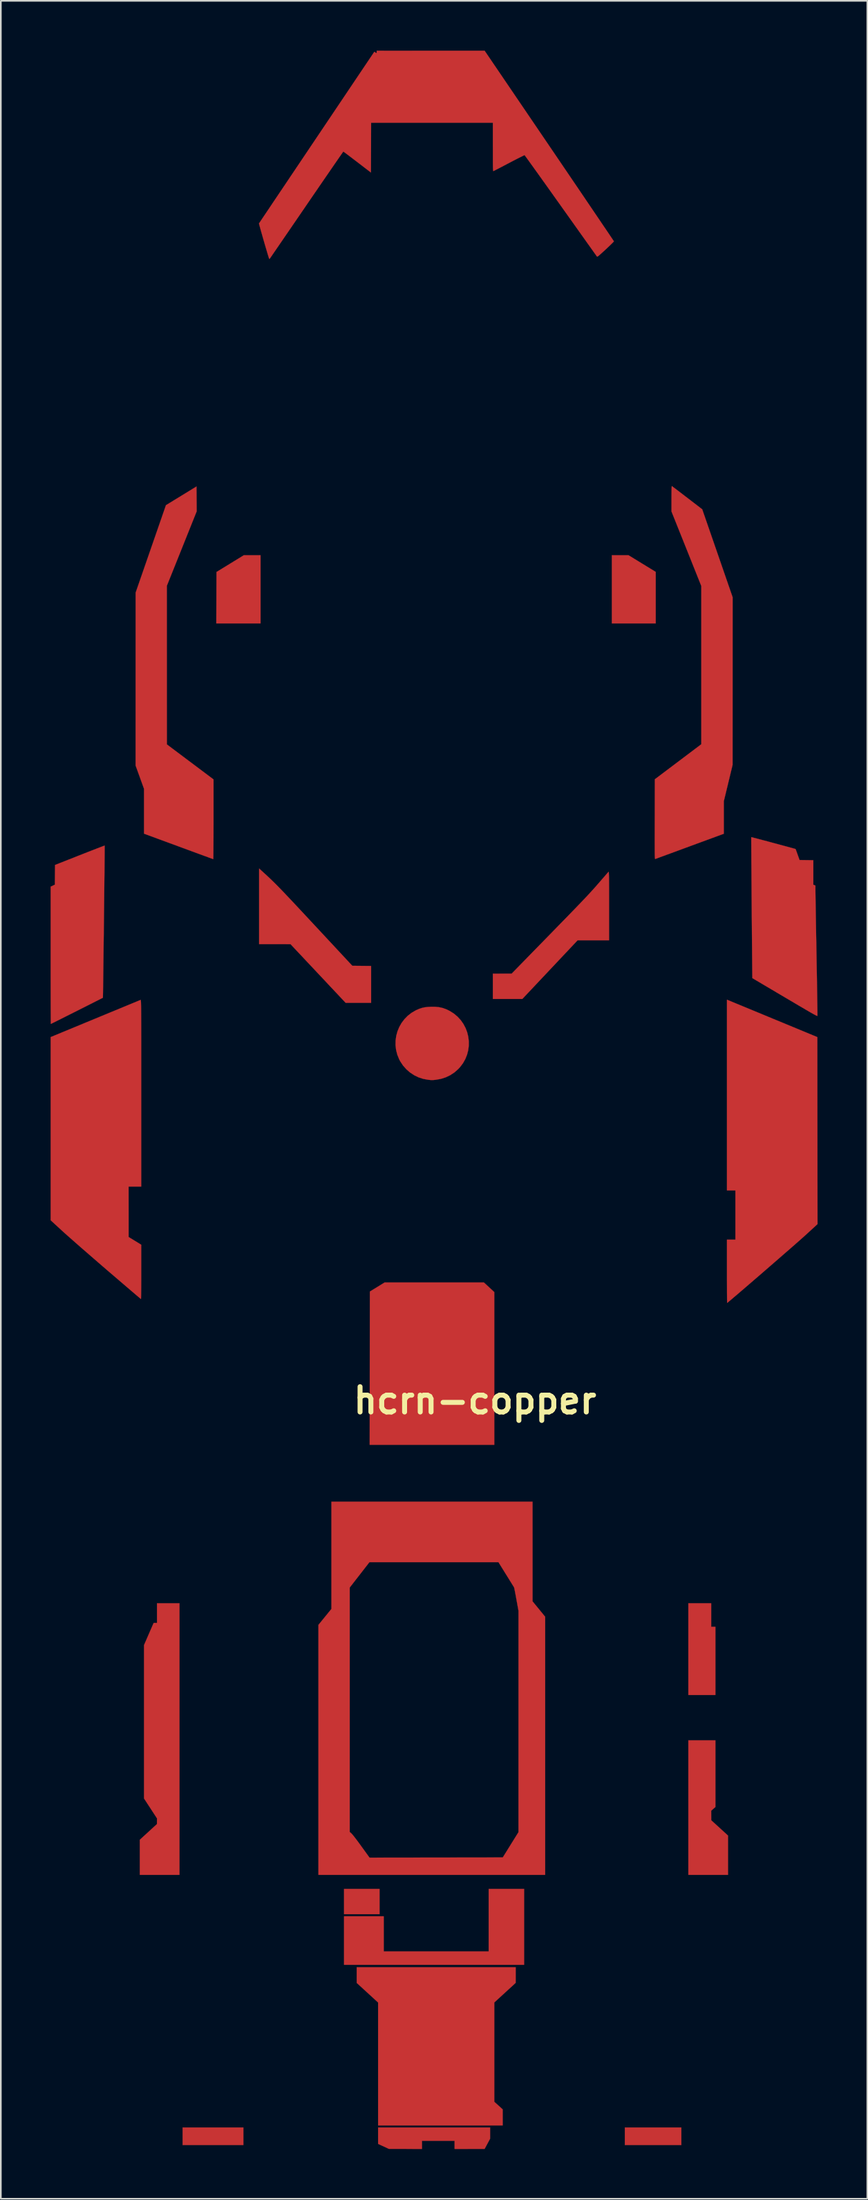
<source format=kicad_pcb>
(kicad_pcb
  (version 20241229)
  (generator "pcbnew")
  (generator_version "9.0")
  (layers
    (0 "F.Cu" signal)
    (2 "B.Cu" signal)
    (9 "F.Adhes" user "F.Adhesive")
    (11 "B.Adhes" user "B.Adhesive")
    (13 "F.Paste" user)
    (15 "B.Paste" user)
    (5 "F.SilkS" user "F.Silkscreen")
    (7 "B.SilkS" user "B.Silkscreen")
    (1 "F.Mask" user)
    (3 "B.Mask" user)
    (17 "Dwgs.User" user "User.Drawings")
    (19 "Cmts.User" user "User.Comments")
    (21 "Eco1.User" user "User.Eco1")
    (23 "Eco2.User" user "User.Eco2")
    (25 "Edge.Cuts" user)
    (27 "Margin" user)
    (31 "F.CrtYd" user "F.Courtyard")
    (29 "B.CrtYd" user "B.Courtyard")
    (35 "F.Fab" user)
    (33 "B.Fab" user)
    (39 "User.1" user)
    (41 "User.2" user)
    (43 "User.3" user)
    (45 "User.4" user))
  (footprint "hcrn-copper"
    (layer "F.Cu")
    (at 25.596 81.327)
    (property "Reference" "hcrn-copper" (at 0 0 0) (layer "F.SilkS") (effects (font (size 1.524 1.524) (thickness 0.3))))
    (attr through_hole)
    (fp_poly (pts (xy -13.97 44.852) (xy -17.632 44.852) (xy -17.632 43.794) (xy -13.97 43.794) (xy -13.97 44.852)) (stroke (width 0.01) (type solid)) (fill yes) (layer "F.Cu"))
    (fp_poly (pts (xy -5.757 30.946) (xy -7.895 30.946) (xy -7.895 29.422) (xy -5.757 29.422) (xy -5.757 30.946)) (stroke (width 0.01) (type solid)) (fill yes) (layer "F.Cu"))
    (fp_poly (pts (xy 12.446 44.852) (xy 9.038 44.852) (xy 9.038 43.794) (xy 12.446 43.794) (xy 12.446 44.852)) (stroke (width 0.01) (type solid)) (fill yes) (layer "F.Cu"))
    (fp_poly (pts (xy 14.245 13.631) (xy 14.499 13.631) (xy 14.499 17.738) (xy 12.869 17.738) (xy 12.869 12.213) (xy 14.245 12.213) (xy 14.245 13.631)) (stroke (width 0.01) (type solid)) (fill yes) (layer "F.Cu"))
    (fp_poly (pts (xy -12.933 -46.821) (xy -15.6 -46.821) (xy -15.595 -48.368) (xy -15.589 -49.916) (xy -13.938 -50.927) (xy -13.436 -50.927) (xy -12.933 -50.927) (xy -12.933 -46.821)) (stroke (width 0.01) (type solid)) (fill yes) (layer "F.Cu"))
    (fp_poly (pts (xy 10.079 -50.424) (xy 10.901 -49.922) (xy 10.901 -48.371) (xy 10.901 -46.821) (xy 8.255 -46.821) (xy 8.255 -50.927) (xy 9.257 -50.927) (xy 10.079 -50.424)) (stroke (width 0.01) (type solid)) (fill yes) (layer "F.Cu"))
    (fp_poly (pts (xy 2.963 33.994) (xy -7.895 33.994) (xy -7.895 31.073) (xy -5.503 31.073) (xy -5.503 33.189) (xy 0.826 33.189) (xy 0.826 29.422) (xy 2.963 29.422) (xy 2.963 33.994)) (stroke (width 0.01) (type solid)) (fill yes) (layer "F.Cu"))
    (fp_poly (pts (xy 14.499 24.487) (xy 14.245 24.711) (xy 14.247 25.284) (xy 14.754 25.747) (xy 15.261 26.21) (xy 15.261 28.575) (xy 12.869 28.575) (xy 12.869 20.468) (xy 14.499 20.468) (xy 14.499 24.487)) (stroke (width 0.01) (type solid)) (fill yes) (layer "F.Cu"))
    (fp_poly (pts (xy -2.455 -7.111) (xy 0.54 -7.111) (xy 0.852 -6.823) (xy 1.164 -6.535) (xy 1.164 2.667) (xy -6.35 2.667) (xy -6.345 -1.95) (xy -6.339 -6.567) (xy -5.895 -6.839) (xy -5.451 -7.112) (xy -2.455 -7.111)) (stroke (width 0.01) (type solid)) (fill yes) (layer "F.Cu"))
    (fp_poly (pts (xy 0.91 44.474) (xy 0.746 44.779) (xy 0.582 45.084) (xy -0.323 45.084) (xy -1.228 45.085) (xy -1.228 44.598) (xy -3.196 44.598) (xy -3.196 45.085) (xy -5.196 45.082) (xy -5.842 44.783) (xy -5.842 43.794) (xy 0.91 43.794) (xy 0.91 44.474)) (stroke (width 0.01) (type solid)) (fill yes) (layer "F.Cu"))
    (fp_poly (pts (xy -17.822 28.575) (xy -20.214 28.575) (xy -20.214 26.462) (xy -19.697 25.989) (xy -19.181 25.516) (xy -19.179 25.344) (xy -19.177 25.171) (xy -19.96 23.971) (xy -19.96 14.734) (xy -19.67 14.066) (xy -19.379 13.399) (xy -19.177 13.399) (xy -19.177 12.213) (xy -17.822 12.213) (xy -17.822 28.575)) (stroke (width 0.01) (type solid)) (fill yes) (layer "F.Cu"))
    (fp_poly (pts (xy 2.454 34.613) (xy 2.453 35.084) (xy 1.164 36.263) (xy 1.164 42.245) (xy 1.417 42.474) (xy 1.671 42.704) (xy 1.671 43.185) (xy 1.672 43.667) (xy -5.842 43.667) (xy -5.842 36.265) (xy -6.487 35.674) (xy -7.132 35.084) (xy -7.133 34.613) (xy -7.133 34.142) (xy 2.455 34.142) (xy 2.454 34.613)) (stroke (width 0.01) (type solid)) (fill yes) (layer "F.Cu"))
    (fp_poly (pts (xy -12.853 -31.902) (xy -12.739 -31.798) (xy -12.631 -31.7) (xy -12.527 -31.604) (xy -12.426 -31.51) (xy -12.326 -31.415) (xy -12.225 -31.317) (xy -12.121 -31.216) (xy -12.012 -31.108) (xy -11.897 -30.992) (xy -11.774 -30.866) (xy -11.64 -30.728) (xy -11.494 -30.576) (xy -11.335 -30.408) (xy -11.16 -30.223) (xy -10.967 -30.019) (xy -10.755 -29.793) (xy -10.522 -29.543) (xy -10.266 -29.269) (xy -9.985 -28.968) (xy -9.677 -28.637) (xy -9.638 -28.596) (xy -7.4 -26.194) (xy -6.265 -26.182) (xy -6.265 -23.961) (xy -7.033 -23.962) (xy -7.8 -23.962) (xy -9.461 -25.728) (xy -11.123 -27.494) (xy -12.07 -27.495) (xy -13.018 -27.495) (xy -13.018 -32.051) (xy -12.853 -31.902)) (stroke (width 0.01) (type solid)) (fill yes) (layer "F.Cu"))
    (fp_poly (pts (xy -16.79 -54.32) (xy -16.785 -53.571) (xy -17.684 -51.328) (xy -18.584 -49.085) (xy -18.583 -44.307) (xy -18.582 -39.529) (xy -15.769 -37.42) (xy -15.769 -35.019) (xy -15.769 -34.704) (xy -15.77 -34.401) (xy -15.77 -34.113) (xy -15.771 -33.842) (xy -15.772 -33.592) (xy -15.774 -33.364) (xy -15.775 -33.161) (xy -15.777 -32.987) (xy -15.778 -32.843) (xy -15.78 -32.733) (xy -15.782 -32.658) (xy -15.784 -32.622) (xy -15.785 -32.619) (xy -15.807 -32.627) (xy -15.865 -32.648) (xy -15.959 -32.682) (xy -16.084 -32.727) (xy -16.238 -32.784) (xy -16.419 -32.85) (xy -16.624 -32.925) (xy -16.85 -33.008) (xy -17.095 -33.098) (xy -17.356 -33.194) (xy -17.63 -33.295) (xy -17.88 -33.387) (xy -19.96 -34.152) (xy -19.96 -35.504) (xy -19.96 -36.856) (xy -20.468 -38.259) (xy -20.467 -43.466) (xy -20.465 -48.673) (xy -19.551 -51.307) (xy -18.637 -53.941) (xy -17.716 -54.504) (xy -16.796 -55.068) (xy -16.79 -54.32)) (stroke (width 0.01) (type solid)) (fill yes) (layer "F.Cu"))
    (fp_poly (pts (xy 3.472 9.096) (xy 3.472 12.097) (xy 3.853 12.562) (xy 4.233 13.026) (xy 4.233 28.575) (xy -9.44 28.575) (xy -9.44 13.515) (xy -9.049 13.035) (xy -8.657 12.554) (xy -8.657 11.268) (xy -7.556 11.268) (xy -7.556 25.99) (xy -7.454 26.078) (xy -7.415 26.119) (xy -7.354 26.191) (xy -7.274 26.292) (xy -7.177 26.418) (xy -7.065 26.567) (xy -6.942 26.734) (xy -6.856 26.852) (xy -6.361 27.537) (xy -2.343 27.532) (xy 1.676 27.527) (xy 2.624 26.003) (xy 2.625 12.668) (xy 2.499 11.975) (xy 2.469 11.809) (xy 2.44 11.655) (xy 2.414 11.519) (xy 2.392 11.406) (xy 2.374 11.321) (xy 2.362 11.269) (xy 2.358 11.256) (xy 2.344 11.232) (xy 2.31 11.177) (xy 2.258 11.094) (xy 2.192 10.986) (xy 2.112 10.858) (xy 2.023 10.714) (xy 1.926 10.557) (xy 1.879 10.483) (xy 1.416 9.737) (xy -6.365 9.737) (xy -7.556 11.268) (xy -8.657 11.268) (xy -8.657 6.096) (xy 3.471 6.096) (xy 3.472 9.096)) (stroke (width 0.01) (type solid)) (fill yes) (layer "F.Cu"))
    (fp_poly (pts (xy 8.065 -31.845) (xy 8.069 -31.82) (xy 8.073 -31.779) (xy 8.075 -31.72) (xy 8.078 -31.641) (xy 8.08 -31.538) (xy 8.082 -31.411) (xy 8.083 -31.256) (xy 8.084 -31.071) (xy 8.085 -30.854) (xy 8.085 -30.603) (xy 8.086 -30.315) (xy 8.086 -29.989) (xy 8.086 -29.807) (xy 8.086 -27.728) (xy 6.189 -27.728) (xy 4.522 -25.961) (xy 2.855 -24.194) (xy 1.079 -24.194) (xy 1.079 -25.718) (xy 1.646 -25.719) (xy 2.212 -25.72) (xy 4.523 -28.084) (xy 4.841 -28.41) (xy 5.131 -28.707) (xy 5.395 -28.977) (xy 5.635 -29.223) (xy 5.852 -29.447) (xy 6.048 -29.649) (xy 6.225 -29.833) (xy 6.385 -29.999) (xy 6.529 -30.15) (xy 6.66 -30.288) (xy 6.779 -30.414) (xy 6.887 -30.53) (xy 6.988 -30.639) (xy 7.081 -30.742) (xy 7.17 -30.84) (xy 7.255 -30.936) (xy 7.34 -31.032) (xy 7.425 -31.13) (xy 7.43 -31.136) (xy 7.557 -31.282) (xy 7.676 -31.42) (xy 7.784 -31.544) (xy 7.879 -31.652) (xy 7.956 -31.741) (xy 8.013 -31.807) (xy 8.048 -31.846) (xy 8.056 -31.855) (xy 8.061 -31.856) (xy 8.065 -31.845)) (stroke (width 0.01) (type solid)) (fill yes) (layer "F.Cu"))
    (fp_poly (pts (xy -2.406 -23.721) (xy -2.173 -23.699) (xy -1.957 -23.652) (xy -1.749 -23.579) (xy -1.537 -23.478) (xy -1.53 -23.474) (xy -1.277 -23.315) (xy -1.054 -23.129) (xy -0.861 -22.92) (xy -0.7 -22.691) (xy -0.569 -22.446) (xy -0.471 -22.188) (xy -0.406 -21.921) (xy -0.373 -21.648) (xy -0.374 -21.373) (xy -0.41 -21.099) (xy -0.48 -20.83) (xy -0.585 -20.569) (xy -0.726 -20.32) (xy -0.903 -20.086) (xy -1.006 -19.975) (xy -1.237 -19.771) (xy -1.49 -19.604) (xy -1.764 -19.473) (xy -2.054 -19.38) (xy -2.357 -19.327) (xy -2.464 -19.315) (xy -2.547 -19.309) (xy -2.618 -19.308) (xy -2.696 -19.313) (xy -2.793 -19.323) (xy -2.836 -19.328) (xy -3.129 -19.382) (xy -3.41 -19.475) (xy -3.675 -19.605) (xy -3.921 -19.768) (xy -4.143 -19.962) (xy -4.339 -20.185) (xy -4.505 -20.434) (xy -4.573 -20.563) (xy -4.685 -20.84) (xy -4.757 -21.122) (xy -4.791 -21.408) (xy -4.787 -21.692) (xy -4.747 -21.973) (xy -4.673 -22.245) (xy -4.565 -22.505) (xy -4.425 -22.751) (xy -4.253 -22.977) (xy -4.053 -23.182) (xy -3.823 -23.36) (xy -3.567 -23.509) (xy -3.531 -23.526) (xy -3.359 -23.6) (xy -3.197 -23.654) (xy -3.03 -23.69) (xy -2.846 -23.712) (xy -2.665 -23.722) (xy -2.406 -23.721)) (stroke (width 0.01) (type solid)) (fill yes) (layer "F.Cu"))
    (fp_poly (pts (xy 15.489 -24.028) (xy 15.545 -24.005) (xy 15.638 -23.966) (xy 15.765 -23.914) (xy 15.923 -23.849) (xy 16.108 -23.772) (xy 16.32 -23.685) (xy 16.554 -23.588) (xy 16.807 -23.483) (xy 17.079 -23.371) (xy 17.364 -23.253) (xy 17.662 -23.13) (xy 17.968 -23.003) (xy 18.214 -22.902) (xy 20.648 -21.895) (xy 20.653 -16.263) (xy 20.659 -10.631) (xy 19.965 -9.996) (xy 19.889 -9.927) (xy 19.788 -9.836) (xy 19.663 -9.725) (xy 19.516 -9.596) (xy 19.351 -9.451) (xy 19.169 -9.291) (xy 18.972 -9.119) (xy 18.762 -8.937) (xy 18.541 -8.745) (xy 18.313 -8.546) (xy 18.078 -8.342) (xy 17.839 -8.135) (xy 17.598 -7.927) (xy 17.357 -7.718) (xy 17.119 -7.512) (xy 16.885 -7.311) (xy 16.658 -7.115) (xy 16.439 -6.927) (xy 16.232 -6.748) (xy 16.037 -6.582) (xy 15.858 -6.428) (xy 15.696 -6.29) (xy 15.553 -6.169) (xy 15.433 -6.067) (xy 15.336 -5.986) (xy 15.265 -5.927) (xy 15.222 -5.893) (xy 15.209 -5.884) (xy 15.207 -5.905) (xy 15.206 -5.965) (xy 15.204 -6.061) (xy 15.203 -6.191) (xy 15.202 -6.351) (xy 15.2 -6.539) (xy 15.2 -6.751) (xy 15.199 -6.984) (xy 15.198 -7.236) (xy 15.198 -7.503) (xy 15.198 -7.783) (xy 15.198 -9.694) (xy 15.706 -9.694) (xy 15.706 -12.658) (xy 15.198 -12.658) (xy 15.198 -24.149) (xy 15.489 -24.028)) (stroke (width 0.01) (type solid)) (fill yes) (layer "F.Cu"))
    (fp_poly (pts (xy 11.871 -55.093) (xy 11.891 -55.079) (xy 11.941 -55.042) (xy 12.018 -54.984) (xy 12.12 -54.907) (xy 12.243 -54.814) (xy 12.383 -54.707) (xy 12.538 -54.588) (xy 12.705 -54.46) (xy 12.797 -54.39) (xy 13.705 -53.693) (xy 14.622 -51.046) (xy 15.538 -48.398) (xy 15.537 -43.346) (xy 15.536 -38.295) (xy 15.272 -37.201) (xy 15.007 -36.107) (xy 15.007 -34.146) (xy 14.949 -34.126) (xy 14.921 -34.115) (xy 14.857 -34.092) (xy 14.76 -34.056) (xy 14.633 -34.01) (xy 14.48 -33.954) (xy 14.303 -33.889) (xy 14.106 -33.816) (xy 13.893 -33.738) (xy 13.666 -33.655) (xy 13.429 -33.568) (xy 13.186 -33.478) (xy 12.938 -33.387) (xy 12.69 -33.296) (xy 12.446 -33.206) (xy 12.207 -33.118) (xy 11.978 -33.034) (xy 11.761 -32.954) (xy 11.561 -32.881) (xy 11.38 -32.814) (xy 11.221 -32.756) (xy 11.088 -32.707) (xy 10.984 -32.668) (xy 10.913 -32.642) (xy 10.877 -32.629) (xy 10.874 -32.628) (xy 10.869 -32.627) (xy 10.863 -32.631) (xy 10.859 -32.642) (xy 10.855 -32.663) (xy 10.852 -32.696) (xy 10.849 -32.742) (xy 10.846 -32.804) (xy 10.844 -32.885) (xy 10.843 -32.987) (xy 10.842 -33.112) (xy 10.841 -33.261) (xy 10.841 -33.439) (xy 10.84 -33.646) (xy 10.84 -33.885) (xy 10.841 -34.159) (xy 10.841 -34.469) (xy 10.842 -34.818) (xy 10.843 -35.021) (xy 10.848 -37.429) (xy 12.25 -38.485) (xy 13.652 -39.541) (xy 13.652 -49.07) (xy 12.753 -51.316) (xy 11.853 -53.562) (xy 11.853 -54.331) (xy 11.854 -54.507) (xy 11.855 -54.668) (xy 11.857 -54.809) (xy 11.86 -54.928) (xy 11.863 -55.017) (xy 11.867 -55.074) (xy 11.871 -55.093) (xy 11.871 -55.093)) (stroke (width 0.01) (type solid)) (fill yes) (layer "F.Cu"))
    (fp_poly (pts (xy -20.161 -24.133) (xy -20.157 -24.127) (xy -20.154 -24.114) (xy -20.151 -24.094) (xy -20.149 -24.066) (xy -20.146 -24.027) (xy -20.144 -23.976) (xy -20.142 -23.912) (xy -20.14 -23.833) (xy -20.138 -23.738) (xy -20.137 -23.625) (xy -20.136 -23.493) (xy -20.135 -23.34) (xy -20.134 -23.165) (xy -20.133 -22.966) (xy -20.132 -22.741) (xy -20.131 -22.49) (xy -20.131 -22.211) (xy -20.13 -21.902) (xy -20.13 -21.562) (xy -20.13 -21.189) (xy -20.13 -20.782) (xy -20.13 -20.339) (xy -20.13 -19.859) (xy -20.13 -19.34) (xy -20.13 -18.781) (xy -20.13 -18.52) (xy -20.13 -12.89) (xy -20.892 -12.89) (xy -20.891 -11.372) (xy -20.891 -9.853) (xy -20.51 -9.62) (xy -20.13 -9.387) (xy -20.13 -7.752) (xy -20.13 -7.493) (xy -20.13 -7.247) (xy -20.131 -7.017) (xy -20.132 -6.806) (xy -20.134 -6.617) (xy -20.136 -6.453) (xy -20.138 -6.319) (xy -20.14 -6.216) (xy -20.142 -6.149) (xy -20.145 -6.12) (xy -20.145 -6.119) (xy -20.163 -6.133) (xy -20.211 -6.172) (xy -20.287 -6.236) (xy -20.39 -6.323) (xy -20.516 -6.43) (xy -20.666 -6.557) (xy -20.835 -6.702) (xy -21.024 -6.863) (xy -21.228 -7.038) (xy -21.448 -7.226) (xy -21.68 -7.425) (xy -21.924 -7.633) (xy -22.176 -7.849) (xy -22.183 -7.855) (xy -22.451 -8.086) (xy -22.72 -8.318) (xy -22.988 -8.55) (xy -23.251 -8.778) (xy -23.507 -9) (xy -23.753 -9.214) (xy -23.985 -9.417) (xy -24.201 -9.607) (xy -24.398 -9.781) (xy -24.574 -9.936) (xy -24.724 -10.069) (xy -24.846 -10.18) (xy -24.897 -10.226) (xy -25.59 -10.862) (xy -25.59 -16.38) (xy -25.589 -21.897) (xy -22.899 -23.008) (xy -22.577 -23.141) (xy -22.265 -23.27) (xy -21.967 -23.393) (xy -21.683 -23.51) (xy -21.416 -23.62) (xy -21.169 -23.722) (xy -20.944 -23.815) (xy -20.743 -23.898) (xy -20.568 -23.97) (xy -20.422 -24.03) (xy -20.307 -24.078) (xy -20.225 -24.112) (xy -20.179 -24.131) (xy -20.169 -24.135) (xy -20.165 -24.135) (xy -20.161 -24.133)) (stroke (width 0.01) (type solid)) (fill yes) (layer "F.Cu"))
    (fp_poly (pts (xy -22.334 -33.433) (xy -22.334 -33.411) (xy -22.334 -33.349) (xy -22.334 -33.25) (xy -22.335 -33.116) (xy -22.336 -32.948) (xy -22.338 -32.751) (xy -22.34 -32.524) (xy -22.343 -32.272) (xy -22.345 -31.997) (xy -22.348 -31.7) (xy -22.352 -31.385) (xy -22.355 -31.053) (xy -22.359 -30.707) (xy -22.363 -30.349) (xy -22.367 -29.982) (xy -22.371 -29.608) (xy -22.376 -29.229) (xy -22.38 -28.848) (xy -22.385 -28.467) (xy -22.389 -28.088) (xy -22.394 -27.714) (xy -22.398 -27.347) (xy -22.402 -26.989) (xy -22.407 -26.644) (xy -22.411 -26.312) (xy -22.415 -25.997) (xy -22.419 -25.7) (xy -22.422 -25.425) (xy -22.426 -25.173) (xy -22.429 -24.948) (xy -22.432 -24.75) (xy -22.434 -24.583) (xy -22.437 -24.449) (xy -22.439 -24.35) (xy -22.44 -24.289) (xy -22.441 -24.268) (xy -22.462 -24.257) (xy -22.517 -24.229) (xy -22.603 -24.185) (xy -22.717 -24.127) (xy -22.855 -24.058) (xy -23.013 -23.978) (xy -23.189 -23.889) (xy -23.378 -23.794) (xy -23.578 -23.693) (xy -23.785 -23.589) (xy -23.995 -23.483) (xy -24.206 -23.377) (xy -24.414 -23.273) (xy -24.615 -23.172) (xy -24.806 -23.076) (xy -24.983 -22.987) (xy -25.144 -22.907) (xy -25.285 -22.836) (xy -25.402 -22.778) (xy -25.492 -22.733) (xy -25.552 -22.703) (xy -25.578 -22.691) (xy -25.579 -22.691) (xy -25.58 -22.711) (xy -25.581 -22.773) (xy -25.582 -22.872) (xy -25.583 -23.008) (xy -25.584 -23.178) (xy -25.585 -23.38) (xy -25.586 -23.612) (xy -25.587 -23.872) (xy -25.588 -24.159) (xy -25.588 -24.469) (xy -25.589 -24.802) (xy -25.589 -25.155) (xy -25.59 -25.525) (xy -25.59 -25.912) (xy -25.59 -26.313) (xy -25.59 -26.725) (xy -25.59 -26.825) (xy -25.59 -30.959) (xy -25.337 -31.08) (xy -25.332 -31.673) (xy -25.326 -32.266) (xy -23.835 -32.854) (xy -23.596 -32.948) (xy -23.369 -33.037) (xy -23.156 -33.12) (xy -22.961 -33.196) (xy -22.787 -33.263) (xy -22.637 -33.321) (xy -22.514 -33.368) (xy -22.42 -33.403) (xy -22.359 -33.425) (xy -22.335 -33.433) (xy -22.334 -33.433)) (stroke (width 0.01) (type solid)) (fill yes) (layer "F.Cu"))
    (fp_poly (pts (xy 16.684 -33.938) (xy 16.741 -33.924) (xy 16.832 -33.9) (xy 16.95 -33.87) (xy 17.093 -33.832) (xy 17.256 -33.789) (xy 17.435 -33.741) (xy 17.626 -33.691) (xy 17.825 -33.638) (xy 18.027 -33.583) (xy 18.228 -33.529) (xy 18.425 -33.476) (xy 18.613 -33.425) (xy 18.789 -33.378) (xy 18.947 -33.335) (xy 19.084 -33.298) (xy 19.195 -33.267) (xy 19.277 -33.244) (xy 19.325 -33.23) (xy 19.337 -33.225) (xy 19.344 -33.205) (xy 19.364 -33.152) (xy 19.393 -33.072) (xy 19.429 -32.972) (xy 19.457 -32.893) (xy 19.575 -32.565) (xy 20.405 -32.553) (xy 20.405 -31.078) (xy 20.468 -31.052) (xy 20.532 -31.025) (xy 20.532 -30.768) (xy 20.532 -30.72) (xy 20.533 -30.631) (xy 20.535 -30.505) (xy 20.537 -30.343) (xy 20.54 -30.149) (xy 20.544 -29.924) (xy 20.548 -29.671) (xy 20.553 -29.392) (xy 20.558 -29.09) (xy 20.563 -28.767) (xy 20.569 -28.425) (xy 20.575 -28.067) (xy 20.582 -27.695) (xy 20.588 -27.311) (xy 20.595 -26.919) (xy 20.596 -26.871) (xy 20.603 -26.481) (xy 20.609 -26.102) (xy 20.616 -25.737) (xy 20.622 -25.387) (xy 20.627 -25.054) (xy 20.632 -24.742) (xy 20.637 -24.451) (xy 20.641 -24.185) (xy 20.645 -23.945) (xy 20.648 -23.734) (xy 20.651 -23.554) (xy 20.653 -23.406) (xy 20.654 -23.295) (xy 20.654 -23.22) (xy 20.654 -23.185) (xy 20.654 -23.183) (xy 20.651 -23.177) (xy 20.641 -23.176) (xy 20.622 -23.18) (xy 20.593 -23.192) (xy 20.551 -23.212) (xy 20.495 -23.241) (xy 20.423 -23.28) (xy 20.332 -23.331) (xy 20.221 -23.394) (xy 20.087 -23.471) (xy 19.929 -23.563) (xy 19.745 -23.671) (xy 19.532 -23.795) (xy 19.289 -23.939) (xy 19.014 -24.101) (xy 18.704 -24.284) (xy 18.69 -24.292) (xy 18.426 -24.448) (xy 18.173 -24.597) (xy 17.932 -24.74) (xy 17.707 -24.873) (xy 17.498 -24.996) (xy 17.31 -25.107) (xy 17.144 -25.205) (xy 17.003 -25.289) (xy 16.888 -25.356) (xy 16.803 -25.407) (xy 16.749 -25.439) (xy 16.73 -25.45) (xy 16.73 -25.45) (xy 16.729 -25.472) (xy 16.728 -25.533) (xy 16.726 -25.632) (xy 16.725 -25.765) (xy 16.723 -25.932) (xy 16.721 -26.128) (xy 16.719 -26.352) (xy 16.717 -26.601) (xy 16.714 -26.873) (xy 16.712 -27.166) (xy 16.709 -27.476) (xy 16.706 -27.802) (xy 16.703 -28.14) (xy 16.701 -28.49) (xy 16.698 -28.847) (xy 16.695 -29.21) (xy 16.692 -29.577) (xy 16.689 -29.944) (xy 16.686 -30.309) (xy 16.683 -30.671) (xy 16.681 -31.026) (xy 16.678 -31.371) (xy 16.676 -31.706) (xy 16.674 -32.027) (xy 16.671 -32.331) (xy 16.669 -32.616) (xy 16.668 -32.881) (xy 16.666 -33.122) (xy 16.665 -33.336) (xy 16.664 -33.522) (xy 16.663 -33.678) (xy 16.663 -33.799) (xy 16.663 -33.885) (xy 16.663 -33.933) (xy 16.663 -33.942) (xy 16.684 -33.938)) (stroke (width 0.01) (type solid)) (fill yes) (layer "F.Cu"))
    (fp_poly (pts (xy -2.672 -81.321) (xy 0.582 -81.32) (xy 4.477 -75.592) (xy 4.78 -75.147) (xy 5.077 -74.71) (xy 5.367 -74.283) (xy 5.649 -73.868) (xy 5.922 -73.466) (xy 6.186 -73.078) (xy 6.439 -72.705) (xy 6.68 -72.349) (xy 6.909 -72.011) (xy 7.125 -71.693) (xy 7.327 -71.395) (xy 7.514 -71.119) (xy 7.685 -70.866) (xy 7.84 -70.638) (xy 7.977 -70.436) (xy 8.095 -70.261) (xy 8.194 -70.114) (xy 8.272 -69.997) (xy 8.33 -69.912) (xy 8.365 -69.858) (xy 8.378 -69.839) (xy 8.378 -69.839) (xy 8.364 -69.819) (xy 8.323 -69.774) (xy 8.258 -69.708) (xy 8.172 -69.624) (xy 8.07 -69.526) (xy 7.954 -69.417) (xy 7.883 -69.351) (xy 7.745 -69.224) (xy 7.634 -69.123) (xy 7.548 -69.046) (xy 7.483 -68.989) (xy 7.435 -68.951) (xy 7.402 -68.928) (xy 7.379 -68.918) (xy 7.365 -68.919) (xy 7.354 -68.927) (xy 7.351 -68.931) (xy 7.336 -68.952) (xy 7.297 -69.006) (xy 7.237 -69.091) (xy 7.155 -69.205) (xy 7.055 -69.347) (xy 6.936 -69.514) (xy 6.799 -69.705) (xy 6.648 -69.918) (xy 6.482 -70.151) (xy 6.302 -70.403) (xy 6.111 -70.672) (xy 5.909 -70.956) (xy 5.698 -71.252) (xy 5.478 -71.561) (xy 5.252 -71.878) (xy 5.169 -71.996) (xy 4.94 -72.316) (xy 4.719 -72.627) (xy 4.505 -72.927) (xy 4.3 -73.215) (xy 4.105 -73.487) (xy 3.921 -73.744) (xy 3.751 -73.982) (xy 3.594 -74.2) (xy 3.453 -74.397) (xy 3.328 -74.57) (xy 3.221 -74.719) (xy 3.133 -74.84) (xy 3.065 -74.933) (xy 3.019 -74.996) (xy 2.995 -75.026) (xy 2.992 -75.029) (xy 2.969 -75.022) (xy 2.913 -74.996) (xy 2.826 -74.954) (xy 2.713 -74.898) (xy 2.578 -74.83) (xy 2.424 -74.751) (xy 2.254 -74.663) (xy 2.074 -74.569) (xy 2.061 -74.562) (xy 1.879 -74.467) (xy 1.708 -74.377) (xy 1.551 -74.295) (xy 1.412 -74.223) (xy 1.296 -74.163) (xy 1.205 -74.116) (xy 1.144 -74.085) (xy 1.117 -74.072) (xy 1.117 -74.072) (xy 1.109 -74.071) (xy 1.103 -74.076) (xy 1.098 -74.089) (xy 1.093 -74.114) (xy 1.09 -74.154) (xy 1.087 -74.211) (xy 1.084 -74.289) (xy 1.083 -74.39) (xy 1.081 -74.516) (xy 1.08 -74.672) (xy 1.08 -74.86) (xy 1.08 -75.082) (xy 1.08 -75.342) (xy 1.079 -75.52) (xy 1.079 -76.983) (xy -6.265 -76.983) (xy -6.27 -75.484) (xy -6.276 -73.985) (xy -7.1 -74.616) (xy -7.264 -74.741) (xy -7.417 -74.858) (xy -7.557 -74.964) (xy -7.68 -75.057) (xy -7.783 -75.134) (xy -7.862 -75.193) (xy -7.915 -75.232) (xy -7.939 -75.247) (xy -7.939 -75.248) (xy -7.953 -75.23) (xy -7.989 -75.18) (xy -8.046 -75.098) (xy -8.124 -74.986) (xy -8.221 -74.847) (xy -8.336 -74.68) (xy -8.468 -74.49) (xy -8.615 -74.276) (xy -8.777 -74.041) (xy -8.952 -73.787) (xy -9.139 -73.515) (xy -9.337 -73.227) (xy -9.544 -72.925) (xy -9.76 -72.611) (xy -9.983 -72.285) (xy -10.161 -72.025) (xy -10.389 -71.692) (xy -10.611 -71.368) (xy -10.825 -71.055) (xy -11.031 -70.755) (xy -11.226 -70.47) (xy -11.411 -70.201) (xy -11.583 -69.949) (xy -11.742 -69.718) (xy -11.886 -69.508) (xy -12.015 -69.321) (xy -12.126 -69.159) (xy -12.219 -69.023) (xy -12.292 -68.916) (xy -12.345 -68.84) (xy -12.377 -68.795) (xy -12.385 -68.783) (xy -12.405 -68.78) (xy -12.413 -68.793) (xy -12.431 -68.845) (xy -12.457 -68.929) (xy -12.492 -69.04) (xy -12.532 -69.175) (xy -12.577 -69.328) (xy -12.626 -69.494) (xy -12.678 -69.67) (xy -12.73 -69.851) (xy -12.782 -70.031) (xy -12.832 -70.207) (xy -12.879 -70.373) (xy -12.922 -70.525) (xy -12.959 -70.659) (xy -12.989 -70.769) (xy -13.011 -70.852) (xy -13.023 -70.902) (xy -13.025 -70.915) (xy -13.012 -70.935) (xy -12.976 -70.988) (xy -12.919 -71.073) (xy -12.841 -71.19) (xy -12.743 -71.336) (xy -12.626 -71.51) (xy -12.49 -71.711) (xy -12.338 -71.938) (xy -12.17 -72.189) (xy -11.986 -72.462) (xy -11.788 -72.757) (xy -11.576 -73.071) (xy -11.352 -73.404) (xy -11.117 -73.755) (xy -10.87 -74.121) (xy -10.614 -74.502) (xy -10.35 -74.895) (xy -10.077 -75.3) (xy -9.798 -75.716) (xy -9.54 -76.099) (xy -6.07 -81.258) (xy -6.011 -81.216) (xy -5.961 -81.184) (xy -5.936 -81.181) (xy -5.928 -81.21) (xy -5.927 -81.248) (xy -5.927 -81.322) (xy -2.672 -81.321)) (stroke (width 0.01) (type solid)) (fill yes) (layer "F.Cu"))
    (fp_poly (pts (xy -13.97 44.852) (xy -17.632 44.852) (xy -17.632 43.794) (xy -13.97 43.794) (xy -13.97 44.852)) (stroke (width 0.01) (type solid)) (fill yes) (layer "F.Mask"))
    (fp_poly (pts (xy -5.757 30.946) (xy -7.895 30.946) (xy -7.895 29.422) (xy -5.757 29.422) (xy -5.757 30.946)) (stroke (width 0.01) (type solid)) (fill yes) (layer "F.Mask"))
    (fp_poly (pts (xy 12.446 44.852) (xy 9.038 44.852) (xy 9.038 43.794) (xy 12.446 43.794) (xy 12.446 44.852)) (stroke (width 0.01) (type solid)) (fill yes) (layer "F.Mask"))
    (fp_poly (pts (xy 14.245 13.631) (xy 14.499 13.631) (xy 14.499 17.738) (xy 12.869 17.738) (xy 12.869 12.213) (xy 14.245 12.213) (xy 14.245 13.631)) (stroke (width 0.01) (type solid)) (fill yes) (layer "F.Mask"))
    (fp_poly (pts (xy -12.933 -46.821) (xy -15.6 -46.821) (xy -15.595 -48.368) (xy -15.589 -49.916) (xy -13.938 -50.927) (xy -13.436 -50.927) (xy -12.933 -50.927) (xy -12.933 -46.821)) (stroke (width 0.01) (type solid)) (fill yes) (layer "F.Mask"))
    (fp_poly (pts (xy 10.079 -50.424) (xy 10.901 -49.922) (xy 10.901 -48.371) (xy 10.901 -46.821) (xy 8.255 -46.821) (xy 8.255 -50.927) (xy 9.257 -50.927) (xy 10.079 -50.424)) (stroke (width 0.01) (type solid)) (fill yes) (layer "F.Mask"))
    (fp_poly (pts (xy 2.963 33.994) (xy -7.895 33.994) (xy -7.895 31.073) (xy -5.503 31.073) (xy -5.503 33.189) (xy 0.826 33.189) (xy 0.826 29.422) (xy 2.963 29.422) (xy 2.963 33.994)) (stroke (width 0.01) (type solid)) (fill yes) (layer "F.Mask"))
    (fp_poly (pts (xy 14.499 24.487) (xy 14.245 24.711) (xy 14.247 25.284) (xy 14.754 25.747) (xy 15.261 26.21) (xy 15.261 28.575) (xy 12.869 28.575) (xy 12.869 20.468) (xy 14.499 20.468) (xy 14.499 24.487)) (stroke (width 0.01) (type solid)) (fill yes) (layer "F.Mask"))
    (fp_poly (pts (xy -2.455 -7.111) (xy 0.54 -7.111) (xy 0.852 -6.823) (xy 1.164 -6.535) (xy 1.164 2.667) (xy -6.35 2.667) (xy -6.345 -1.95) (xy -6.339 -6.567) (xy -5.895 -6.839) (xy -5.451 -7.112) (xy -2.455 -7.111)) (stroke (width 0.01) (type solid)) (fill yes) (layer "F.Mask"))
    (fp_poly (pts (xy 0.91 44.474) (xy 0.746 44.779) (xy 0.582 45.084) (xy -0.323 45.084) (xy -1.228 45.085) (xy -1.228 44.598) (xy -3.196 44.598) (xy -3.196 45.085) (xy -5.196 45.082) (xy -5.842 44.783) (xy -5.842 43.794) (xy 0.91 43.794) (xy 0.91 44.474)) (stroke (width 0.01) (type solid)) (fill yes) (layer "F.Mask"))
    (fp_poly (pts (xy -17.822 28.575) (xy -20.214 28.575) (xy -20.214 26.462) (xy -19.697 25.989) (xy -19.181 25.516) (xy -19.179 25.344) (xy -19.177 25.171) (xy -19.96 23.971) (xy -19.96 14.734) (xy -19.67 14.066) (xy -19.379 13.399) (xy -19.177 13.399) (xy -19.177 12.213) (xy -17.822 12.213) (xy -17.822 28.575)) (stroke (width 0.01) (type solid)) (fill yes) (layer "F.Mask"))
    (fp_poly (pts (xy 2.454 34.613) (xy 2.453 35.084) (xy 1.164 36.263) (xy 1.164 42.245) (xy 1.417 42.474) (xy 1.671 42.704) (xy 1.671 43.185) (xy 1.672 43.667) (xy -5.842 43.667) (xy -5.842 36.265) (xy -6.487 35.674) (xy -7.132 35.084) (xy -7.133 34.613) (xy -7.133 34.142) (xy 2.455 34.142) (xy 2.454 34.613)) (stroke (width 0.01) (type solid)) (fill yes) (layer "F.Mask"))
    (fp_poly (pts (xy -12.853 -31.902) (xy -12.739 -31.798) (xy -12.631 -31.7) (xy -12.527 -31.604) (xy -12.426 -31.51) (xy -12.326 -31.415) (xy -12.225 -31.317) (xy -12.121 -31.216) (xy -12.012 -31.108) (xy -11.897 -30.992) (xy -11.774 -30.866) (xy -11.64 -30.728) (xy -11.494 -30.576) (xy -11.335 -30.408) (xy -11.16 -30.223) (xy -10.967 -30.019) (xy -10.755 -29.793) (xy -10.522 -29.543) (xy -10.266 -29.269) (xy -9.985 -28.968) (xy -9.677 -28.637) (xy -9.638 -28.596) (xy -7.4 -26.194) (xy -6.265 -26.182) (xy -6.265 -23.961) (xy -7.033 -23.962) (xy -7.8 -23.962) (xy -9.461 -25.728) (xy -11.123 -27.494) (xy -12.07 -27.495) (xy -13.018 -27.495) (xy -13.018 -32.051) (xy -12.853 -31.902)) (stroke (width 0.01) (type solid)) (fill yes) (layer "F.Mask"))
    (fp_poly (pts (xy -16.79 -54.32) (xy -16.785 -53.571) (xy -17.684 -51.328) (xy -18.584 -49.085) (xy -18.583 -44.307) (xy -18.582 -39.529) (xy -15.769 -37.42) (xy -15.769 -35.019) (xy -15.769 -34.704) (xy -15.77 -34.401) (xy -15.77 -34.113) (xy -15.771 -33.842) (xy -15.772 -33.592) (xy -15.774 -33.364) (xy -15.775 -33.161) (xy -15.777 -32.987) (xy -15.778 -32.843) (xy -15.78 -32.733) (xy -15.782 -32.658) (xy -15.784 -32.622) (xy -15.785 -32.619) (xy -15.807 -32.627) (xy -15.865 -32.648) (xy -15.959 -32.682) (xy -16.084 -32.727) (xy -16.238 -32.784) (xy -16.419 -32.85) (xy -16.624 -32.925) (xy -16.85 -33.008) (xy -17.095 -33.098) (xy -17.356 -33.194) (xy -17.63 -33.295) (xy -17.88 -33.387) (xy -19.96 -34.152) (xy -19.96 -35.504) (xy -19.96 -36.856) (xy -20.468 -38.259) (xy -20.467 -43.466) (xy -20.465 -48.673) (xy -19.551 -51.307) (xy -18.637 -53.941) (xy -17.716 -54.504) (xy -16.796 -55.068) (xy -16.79 -54.32)) (stroke (width 0.01) (type solid)) (fill yes) (layer "F.Mask"))
    (fp_poly (pts (xy 3.472 9.096) (xy 3.472 12.097) (xy 3.853 12.562) (xy 4.233 13.026) (xy 4.233 28.575) (xy -9.44 28.575) (xy -9.44 13.515) (xy -9.049 13.035) (xy -8.657 12.554) (xy -8.657 11.268) (xy -7.556 11.268) (xy -7.556 25.99) (xy -7.454 26.078) (xy -7.415 26.119) (xy -7.354 26.191) (xy -7.274 26.292) (xy -7.177 26.418) (xy -7.065 26.567) (xy -6.942 26.734) (xy -6.856 26.852) (xy -6.361 27.537) (xy -2.343 27.532) (xy 1.676 27.527) (xy 2.624 26.003) (xy 2.625 12.668) (xy 2.499 11.975) (xy 2.469 11.809) (xy 2.44 11.655) (xy 2.414 11.519) (xy 2.392 11.406) (xy 2.374 11.321) (xy 2.362 11.269) (xy 2.358 11.256) (xy 2.344 11.232) (xy 2.31 11.177) (xy 2.258 11.094) (xy 2.192 10.986) (xy 2.112 10.858) (xy 2.023 10.714) (xy 1.926 10.557) (xy 1.879 10.483) (xy 1.416 9.737) (xy -6.365 9.737) (xy -7.556 11.268) (xy -8.657 11.268) (xy -8.657 6.096) (xy 3.471 6.096) (xy 3.472 9.096)) (stroke (width 0.01) (type solid)) (fill yes) (layer "F.Mask"))
    (fp_poly (pts (xy 8.065 -31.845) (xy 8.069 -31.82) (xy 8.073 -31.779) (xy 8.075 -31.72) (xy 8.078 -31.641) (xy 8.08 -31.538) (xy 8.082 -31.411) (xy 8.083 -31.256) (xy 8.084 -31.071) (xy 8.085 -30.854) (xy 8.085 -30.603) (xy 8.086 -30.315) (xy 8.086 -29.989) (xy 8.086 -29.807) (xy 8.086 -27.728) (xy 6.189 -27.728) (xy 4.522 -25.961) (xy 2.855 -24.194) (xy 1.079 -24.194) (xy 1.079 -25.718) (xy 1.646 -25.719) (xy 2.212 -25.72) (xy 4.523 -28.084) (xy 4.841 -28.41) (xy 5.131 -28.707) (xy 5.395 -28.977) (xy 5.635 -29.223) (xy 5.852 -29.447) (xy 6.048 -29.649) (xy 6.225 -29.833) (xy 6.385 -29.999) (xy 6.529 -30.15) (xy 6.66 -30.288) (xy 6.779 -30.414) (xy 6.887 -30.53) (xy 6.988 -30.639) (xy 7.081 -30.742) (xy 7.17 -30.84) (xy 7.255 -30.936) (xy 7.34 -31.032) (xy 7.425 -31.13) (xy 7.43 -31.136) (xy 7.557 -31.282) (xy 7.676 -31.42) (xy 7.784 -31.544) (xy 7.879 -31.652) (xy 7.956 -31.741) (xy 8.013 -31.807) (xy 8.048 -31.846) (xy 8.056 -31.855) (xy 8.061 -31.856) (xy 8.065 -31.845)) (stroke (width 0.01) (type solid)) (fill yes) (layer "F.Mask"))
    (fp_poly (pts (xy -2.406 -23.721) (xy -2.173 -23.699) (xy -1.957 -23.652) (xy -1.749 -23.579) (xy -1.537 -23.478) (xy -1.53 -23.474) (xy -1.277 -23.315) (xy -1.054 -23.129) (xy -0.861 -22.92) (xy -0.7 -22.691) (xy -0.569 -22.446) (xy -0.471 -22.188) (xy -0.406 -21.921) (xy -0.373 -21.648) (xy -0.374 -21.373) (xy -0.41 -21.099) (xy -0.48 -20.83) (xy -0.585 -20.569) (xy -0.726 -20.32) (xy -0.903 -20.086) (xy -1.006 -19.975) (xy -1.237 -19.771) (xy -1.49 -19.604) (xy -1.764 -19.473) (xy -2.054 -19.38) (xy -2.357 -19.327) (xy -2.464 -19.315) (xy -2.547 -19.309) (xy -2.618 -19.308) (xy -2.696 -19.313) (xy -2.793 -19.323) (xy -2.836 -19.328) (xy -3.129 -19.382) (xy -3.41 -19.475) (xy -3.675 -19.605) (xy -3.921 -19.768) (xy -4.143 -19.962) (xy -4.339 -20.185) (xy -4.505 -20.434) (xy -4.573 -20.563) (xy -4.685 -20.84) (xy -4.757 -21.122) (xy -4.791 -21.408) (xy -4.787 -21.692) (xy -4.747 -21.973) (xy -4.673 -22.245) (xy -4.565 -22.505) (xy -4.425 -22.751) (xy -4.253 -22.977) (xy -4.053 -23.182) (xy -3.823 -23.36) (xy -3.567 -23.509) (xy -3.531 -23.526) (xy -3.359 -23.6) (xy -3.197 -23.654) (xy -3.03 -23.69) (xy -2.846 -23.712) (xy -2.665 -23.722) (xy -2.406 -23.721)) (stroke (width 0.01) (type solid)) (fill yes) (layer "F.Mask"))
    (fp_poly (pts (xy 15.489 -24.028) (xy 15.545 -24.005) (xy 15.638 -23.966) (xy 15.765 -23.914) (xy 15.923 -23.849) (xy 16.108 -23.772) (xy 16.32 -23.685) (xy 16.554 -23.588) (xy 16.807 -23.483) (xy 17.079 -23.371) (xy 17.364 -23.253) (xy 17.662 -23.13) (xy 17.968 -23.003) (xy 18.214 -22.902) (xy 20.648 -21.895) (xy 20.653 -16.263) (xy 20.659 -10.631) (xy 19.965 -9.996) (xy 19.889 -9.927) (xy 19.788 -9.836) (xy 19.663 -9.725) (xy 19.516 -9.596) (xy 19.351 -9.451) (xy 19.169 -9.291) (xy 18.972 -9.119) (xy 18.762 -8.937) (xy 18.541 -8.745) (xy 18.313 -8.546) (xy 18.078 -8.342) (xy 17.839 -8.135) (xy 17.598 -7.927) (xy 17.357 -7.718) (xy 17.119 -7.512) (xy 16.885 -7.311) (xy 16.658 -7.115) (xy 16.439 -6.927) (xy 16.232 -6.748) (xy 16.037 -6.582) (xy 15.858 -6.428) (xy 15.696 -6.29) (xy 15.553 -6.169) (xy 15.433 -6.067) (xy 15.336 -5.986) (xy 15.265 -5.927) (xy 15.222 -5.893) (xy 15.209 -5.884) (xy 15.207 -5.905) (xy 15.206 -5.965) (xy 15.204 -6.061) (xy 15.203 -6.191) (xy 15.202 -6.351) (xy 15.2 -6.539) (xy 15.2 -6.751) (xy 15.199 -6.984) (xy 15.198 -7.236) (xy 15.198 -7.503) (xy 15.198 -7.783) (xy 15.198 -9.694) (xy 15.706 -9.694) (xy 15.706 -12.658) (xy 15.198 -12.658) (xy 15.198 -24.149) (xy 15.489 -24.028)) (stroke (width 0.01) (type solid)) (fill yes) (layer "F.Mask"))
    (fp_poly (pts (xy 11.871 -55.093) (xy 11.891 -55.079) (xy 11.941 -55.042) (xy 12.018 -54.984) (xy 12.12 -54.907) (xy 12.243 -54.814) (xy 12.383 -54.707) (xy 12.538 -54.588) (xy 12.705 -54.46) (xy 12.797 -54.39) (xy 13.705 -53.693) (xy 14.622 -51.046) (xy 15.538 -48.398) (xy 15.537 -43.346) (xy 15.536 -38.295) (xy 15.272 -37.201) (xy 15.007 -36.107) (xy 15.007 -34.146) (xy 14.949 -34.126) (xy 14.921 -34.115) (xy 14.857 -34.092) (xy 14.76 -34.056) (xy 14.633 -34.01) (xy 14.48 -33.954) (xy 14.303 -33.889) (xy 14.106 -33.816) (xy 13.893 -33.738) (xy 13.666 -33.655) (xy 13.429 -33.568) (xy 13.186 -33.478) (xy 12.938 -33.387) (xy 12.69 -33.296) (xy 12.446 -33.206) (xy 12.207 -33.118) (xy 11.978 -33.034) (xy 11.761 -32.954) (xy 11.561 -32.881) (xy 11.38 -32.814) (xy 11.221 -32.756) (xy 11.088 -32.707) (xy 10.984 -32.668) (xy 10.913 -32.642) (xy 10.877 -32.629) (xy 10.874 -32.628) (xy 10.869 -32.627) (xy 10.863 -32.631) (xy 10.859 -32.642) (xy 10.855 -32.663) (xy 10.852 -32.696) (xy 10.849 -32.742) (xy 10.846 -32.804) (xy 10.844 -32.885) (xy 10.843 -32.987) (xy 10.842 -33.112) (xy 10.841 -33.261) (xy 10.841 -33.439) (xy 10.84 -33.646) (xy 10.84 -33.885) (xy 10.841 -34.159) (xy 10.841 -34.469) (xy 10.842 -34.818) (xy 10.843 -35.021) (xy 10.848 -37.429) (xy 12.25 -38.485) (xy 13.652 -39.541) (xy 13.652 -49.07) (xy 12.753 -51.316) (xy 11.853 -53.562) (xy 11.853 -54.331) (xy 11.854 -54.507) (xy 11.855 -54.668) (xy 11.857 -54.809) (xy 11.86 -54.928) (xy 11.863 -55.017) (xy 11.867 -55.074) (xy 11.871 -55.093) (xy 11.871 -55.093)) (stroke (width 0.01) (type solid)) (fill yes) (layer "F.Mask"))
    (fp_poly (pts (xy -20.161 -24.133) (xy -20.157 -24.127) (xy -20.154 -24.114) (xy -20.151 -24.094) (xy -20.149 -24.066) (xy -20.146 -24.027) (xy -20.144 -23.976) (xy -20.142 -23.912) (xy -20.14 -23.833) (xy -20.138 -23.738) (xy -20.137 -23.625) (xy -20.136 -23.493) (xy -20.135 -23.34) (xy -20.134 -23.165) (xy -20.133 -22.966) (xy -20.132 -22.741) (xy -20.131 -22.49) (xy -20.131 -22.211) (xy -20.13 -21.902) (xy -20.13 -21.562) (xy -20.13 -21.189) (xy -20.13 -20.782) (xy -20.13 -20.339) (xy -20.13 -19.859) (xy -20.13 -19.34) (xy -20.13 -18.781) (xy -20.13 -18.52) (xy -20.13 -12.89) (xy -20.892 -12.89) (xy -20.891 -11.372) (xy -20.891 -9.853) (xy -20.51 -9.62) (xy -20.13 -9.387) (xy -20.13 -7.752) (xy -20.13 -7.493) (xy -20.13 -7.247) (xy -20.131 -7.017) (xy -20.132 -6.806) (xy -20.134 -6.617) (xy -20.136 -6.453) (xy -20.138 -6.319) (xy -20.14 -6.216) (xy -20.142 -6.149) (xy -20.145 -6.12) (xy -20.145 -6.119) (xy -20.163 -6.133) (xy -20.211 -6.172) (xy -20.287 -6.236) (xy -20.39 -6.323) (xy -20.516 -6.43) (xy -20.666 -6.557) (xy -20.835 -6.702) (xy -21.024 -6.863) (xy -21.228 -7.038) (xy -21.448 -7.226) (xy -21.68 -7.425) (xy -21.924 -7.633) (xy -22.176 -7.849) (xy -22.183 -7.855) (xy -22.451 -8.086) (xy -22.72 -8.318) (xy -22.988 -8.55) (xy -23.251 -8.778) (xy -23.507 -9) (xy -23.753 -9.214) (xy -23.985 -9.417) (xy -24.201 -9.607) (xy -24.398 -9.781) (xy -24.574 -9.936) (xy -24.724 -10.069) (xy -24.846 -10.18) (xy -24.897 -10.226) (xy -25.59 -10.862) (xy -25.59 -16.38) (xy -25.589 -21.897) (xy -22.899 -23.008) (xy -22.577 -23.141) (xy -22.265 -23.27) (xy -21.967 -23.393) (xy -21.683 -23.51) (xy -21.416 -23.62) (xy -21.169 -23.722) (xy -20.944 -23.815) (xy -20.743 -23.898) (xy -20.568 -23.97) (xy -20.422 -24.03) (xy -20.307 -24.078) (xy -20.225 -24.112) (xy -20.179 -24.131) (xy -20.169 -24.135) (xy -20.165 -24.135) (xy -20.161 -24.133)) (stroke (width 0.01) (type solid)) (fill yes) (layer "F.Mask"))
    (fp_poly (pts (xy -22.334 -33.433) (xy -22.334 -33.411) (xy -22.334 -33.349) (xy -22.334 -33.25) (xy -22.335 -33.116) (xy -22.336 -32.948) (xy -22.338 -32.751) (xy -22.34 -32.524) (xy -22.343 -32.272) (xy -22.345 -31.997) (xy -22.348 -31.7) (xy -22.352 -31.385) (xy -22.355 -31.053) (xy -22.359 -30.707) (xy -22.363 -30.349) (xy -22.367 -29.982) (xy -22.371 -29.608) (xy -22.376 -29.229) (xy -22.38 -28.848) (xy -22.385 -28.467) (xy -22.389 -28.088) (xy -22.394 -27.714) (xy -22.398 -27.347) (xy -22.402 -26.989) (xy -22.407 -26.644) (xy -22.411 -26.312) (xy -22.415 -25.997) (xy -22.419 -25.7) (xy -22.422 -25.425) (xy -22.426 -25.173) (xy -22.429 -24.948) (xy -22.432 -24.75) (xy -22.434 -24.583) (xy -22.437 -24.449) (xy -22.439 -24.35) (xy -22.44 -24.289) (xy -22.441 -24.268) (xy -22.462 -24.257) (xy -22.517 -24.229) (xy -22.603 -24.185) (xy -22.717 -24.127) (xy -22.855 -24.058) (xy -23.013 -23.978) (xy -23.189 -23.889) (xy -23.378 -23.794) (xy -23.578 -23.693) (xy -23.785 -23.589) (xy -23.995 -23.483) (xy -24.206 -23.377) (xy -24.414 -23.273) (xy -24.615 -23.172) (xy -24.806 -23.076) (xy -24.983 -22.987) (xy -25.144 -22.907) (xy -25.285 -22.836) (xy -25.402 -22.778) (xy -25.492 -22.733) (xy -25.552 -22.703) (xy -25.578 -22.691) (xy -25.579 -22.691) (xy -25.58 -22.711) (xy -25.581 -22.773) (xy -25.582 -22.872) (xy -25.583 -23.008) (xy -25.584 -23.178) (xy -25.585 -23.38) (xy -25.586 -23.612) (xy -25.587 -23.872) (xy -25.588 -24.159) (xy -25.588 -24.469) (xy -25.589 -24.802) (xy -25.589 -25.155) (xy -25.59 -25.525) (xy -25.59 -25.912) (xy -25.59 -26.313) (xy -25.59 -26.725) (xy -25.59 -26.825) (xy -25.59 -30.959) (xy -25.337 -31.08) (xy -25.332 -31.673) (xy -25.326 -32.266) (xy -23.835 -32.854) (xy -23.596 -32.948) (xy -23.369 -33.037) (xy -23.156 -33.12) (xy -22.961 -33.196) (xy -22.787 -33.263) (xy -22.637 -33.321) (xy -22.514 -33.368) (xy -22.42 -33.403) (xy -22.359 -33.425) (xy -22.335 -33.433) (xy -22.334 -33.433)) (stroke (width 0.01) (type solid)) (fill yes) (layer "F.Mask"))
    (fp_poly (pts (xy 16.684 -33.938) (xy 16.741 -33.924) (xy 16.832 -33.9) (xy 16.95 -33.87) (xy 17.093 -33.832) (xy 17.256 -33.789) (xy 17.435 -33.741) (xy 17.626 -33.691) (xy 17.825 -33.638) (xy 18.027 -33.583) (xy 18.228 -33.529) (xy 18.425 -33.476) (xy 18.613 -33.425) (xy 18.789 -33.378) (xy 18.947 -33.335) (xy 19.084 -33.298) (xy 19.195 -33.267) (xy 19.277 -33.244) (xy 19.325 -33.23) (xy 19.337 -33.225) (xy 19.344 -33.205) (xy 19.364 -33.152) (xy 19.393 -33.072) (xy 19.429 -32.972) (xy 19.457 -32.893) (xy 19.575 -32.565) (xy 20.405 -32.553) (xy 20.405 -31.078) (xy 20.468 -31.052) (xy 20.532 -31.025) (xy 20.532 -30.768) (xy 20.532 -30.72) (xy 20.533 -30.631) (xy 20.535 -30.505) (xy 20.537 -30.343) (xy 20.54 -30.149) (xy 20.544 -29.924) (xy 20.548 -29.671) (xy 20.553 -29.392) (xy 20.558 -29.09) (xy 20.563 -28.767) (xy 20.569 -28.425) (xy 20.575 -28.067) (xy 20.582 -27.695) (xy 20.588 -27.311) (xy 20.595 -26.919) (xy 20.596 -26.871) (xy 20.603 -26.481) (xy 20.609 -26.102) (xy 20.616 -25.737) (xy 20.622 -25.387) (xy 20.627 -25.054) (xy 20.632 -24.742) (xy 20.637 -24.451) (xy 20.641 -24.185) (xy 20.645 -23.945) (xy 20.648 -23.734) (xy 20.651 -23.554) (xy 20.653 -23.406) (xy 20.654 -23.295) (xy 20.654 -23.22) (xy 20.654 -23.185) (xy 20.654 -23.183) (xy 20.651 -23.177) (xy 20.641 -23.176) (xy 20.622 -23.18) (xy 20.593 -23.192) (xy 20.551 -23.212) (xy 20.495 -23.241) (xy 20.423 -23.28) (xy 20.332 -23.331) (xy 20.221 -23.394) (xy 20.087 -23.471) (xy 19.929 -23.563) (xy 19.745 -23.671) (xy 19.532 -23.795) (xy 19.289 -23.939) (xy 19.014 -24.101) (xy 18.704 -24.284) (xy 18.69 -24.292) (xy 18.426 -24.448) (xy 18.173 -24.597) (xy 17.932 -24.74) (xy 17.707 -24.873) (xy 17.498 -24.996) (xy 17.31 -25.107) (xy 17.144 -25.205) (xy 17.003 -25.289) (xy 16.888 -25.356) (xy 16.803 -25.407) (xy 16.749 -25.439) (xy 16.73 -25.45) (xy 16.73 -25.45) (xy 16.729 -25.472) (xy 16.728 -25.533) (xy 16.726 -25.632) (xy 16.725 -25.765) (xy 16.723 -25.932) (xy 16.721 -26.128) (xy 16.719 -26.352) (xy 16.717 -26.601) (xy 16.714 -26.873) (xy 16.712 -27.166) (xy 16.709 -27.476) (xy 16.706 -27.802) (xy 16.703 -28.14) (xy 16.701 -28.49) (xy 16.698 -28.847) (xy 16.695 -29.21) (xy 16.692 -29.577) (xy 16.689 -29.944) (xy 16.686 -30.309) (xy 16.683 -30.671) (xy 16.681 -31.026) (xy 16.678 -31.371) (xy 16.676 -31.706) (xy 16.674 -32.027) (xy 16.671 -32.331) (xy 16.669 -32.616) (xy 16.668 -32.881) (xy 16.666 -33.122) (xy 16.665 -33.336) (xy 16.664 -33.522) (xy 16.663 -33.678) (xy 16.663 -33.799) (xy 16.663 -33.885) (xy 16.663 -33.933) (xy 16.663 -33.942) (xy 16.684 -33.938)) (stroke (width 0.01) (type solid)) (fill yes) (layer "F.Mask"))
    (fp_poly (pts (xy -2.672 -81.321) (xy 0.582 -81.32) (xy 4.477 -75.592) (xy 4.78 -75.147) (xy 5.077 -74.71) (xy 5.367 -74.283) (xy 5.649 -73.868) (xy 5.922 -73.466) (xy 6.186 -73.078) (xy 6.439 -72.705) (xy 6.68 -72.349) (xy 6.909 -72.011) (xy 7.125 -71.693) (xy 7.327 -71.395) (xy 7.514 -71.119) (xy 7.685 -70.866) (xy 7.84 -70.638) (xy 7.977 -70.436) (xy 8.095 -70.261) (xy 8.194 -70.114) (xy 8.272 -69.997) (xy 8.33 -69.912) (xy 8.365 -69.858) (xy 8.378 -69.839) (xy 8.378 -69.839) (xy 8.364 -69.819) (xy 8.323 -69.774) (xy 8.258 -69.708) (xy 8.172 -69.624) (xy 8.07 -69.526) (xy 7.954 -69.417) (xy 7.883 -69.351) (xy 7.745 -69.224) (xy 7.634 -69.123) (xy 7.548 -69.046) (xy 7.483 -68.989) (xy 7.435 -68.951) (xy 7.402 -68.928) (xy 7.379 -68.918) (xy 7.365 -68.919) (xy 7.354 -68.927) (xy 7.351 -68.931) (xy 7.336 -68.952) (xy 7.297 -69.006) (xy 7.237 -69.091) (xy 7.155 -69.205) (xy 7.055 -69.347) (xy 6.936 -69.514) (xy 6.799 -69.705) (xy 6.648 -69.918) (xy 6.482 -70.151) (xy 6.302 -70.403) (xy 6.111 -70.672) (xy 5.909 -70.956) (xy 5.698 -71.252) (xy 5.478 -71.561) (xy 5.252 -71.878) (xy 5.169 -71.996) (xy 4.94 -72.316) (xy 4.719 -72.627) (xy 4.505 -72.927) (xy 4.3 -73.215) (xy 4.105 -73.487) (xy 3.921 -73.744) (xy 3.751 -73.982) (xy 3.594 -74.2) (xy 3.453 -74.397) (xy 3.328 -74.57) (xy 3.221 -74.719) (xy 3.133 -74.84) (xy 3.065 -74.933) (xy 3.019 -74.996) (xy 2.995 -75.026) (xy 2.992 -75.029) (xy 2.969 -75.022) (xy 2.913 -74.996) (xy 2.826 -74.954) (xy 2.713 -74.898) (xy 2.578 -74.83) (xy 2.424 -74.751) (xy 2.254 -74.663) (xy 2.074 -74.569) (xy 2.061 -74.562) (xy 1.879 -74.467) (xy 1.708 -74.377) (xy 1.551 -74.295) (xy 1.412 -74.223) (xy 1.296 -74.163) (xy 1.205 -74.116) (xy 1.144 -74.085) (xy 1.117 -74.072) (xy 1.117 -74.072) (xy 1.109 -74.071) (xy 1.103 -74.076) (xy 1.098 -74.089) (xy 1.093 -74.114) (xy 1.09 -74.154) (xy 1.087 -74.211) (xy 1.084 -74.289) (xy 1.083 -74.39) (xy 1.081 -74.516) (xy 1.08 -74.672) (xy 1.08 -74.86) (xy 1.08 -75.082) (xy 1.08 -75.342) (xy 1.079 -75.52) (xy 1.079 -76.983) (xy -6.265 -76.983) (xy -6.27 -75.484) (xy -6.276 -73.985) (xy -7.1 -74.616) (xy -7.264 -74.741) (xy -7.417 -74.858) (xy -7.557 -74.964) (xy -7.68 -75.057) (xy -7.783 -75.134) (xy -7.862 -75.193) (xy -7.915 -75.232) (xy -7.939 -75.247) (xy -7.939 -75.248) (xy -7.953 -75.23) (xy -7.989 -75.18) (xy -8.046 -75.098) (xy -8.124 -74.986) (xy -8.221 -74.847) (xy -8.336 -74.68) (xy -8.468 -74.49) (xy -8.615 -74.276) (xy -8.777 -74.041) (xy -8.952 -73.787) (xy -9.139 -73.515) (xy -9.337 -73.227) (xy -9.544 -72.925) (xy -9.76 -72.611) (xy -9.983 -72.285) (xy -10.161 -72.025) (xy -10.389 -71.692) (xy -10.611 -71.368) (xy -10.825 -71.055) (xy -11.031 -70.755) (xy -11.226 -70.47) (xy -11.411 -70.201) (xy -11.583 -69.949) (xy -11.742 -69.718) (xy -11.886 -69.508) (xy -12.015 -69.321) (xy -12.126 -69.159) (xy -12.219 -69.023) (xy -12.292 -68.916) (xy -12.345 -68.84) (xy -12.377 -68.795) (xy -12.385 -68.783) (xy -12.405 -68.78) (xy -12.413 -68.793) (xy -12.431 -68.845) (xy -12.457 -68.929) (xy -12.492 -69.04) (xy -12.532 -69.175) (xy -12.577 -69.328) (xy -12.626 -69.494) (xy -12.678 -69.67) (xy -12.73 -69.851) (xy -12.782 -70.031) (xy -12.832 -70.207) (xy -12.879 -70.373) (xy -12.922 -70.525) (xy -12.959 -70.659) (xy -12.989 -70.769) (xy -13.011 -70.852) (xy -13.023 -70.902) (xy -13.025 -70.915) (xy -13.012 -70.935) (xy -12.976 -70.988) (xy -12.919 -71.073) (xy -12.841 -71.19) (xy -12.743 -71.336) (xy -12.626 -71.51) (xy -12.49 -71.711) (xy -12.338 -71.938) (xy -12.17 -72.189) (xy -11.986 -72.462) (xy -11.788 -72.757) (xy -11.576 -73.071) (xy -11.352 -73.404) (xy -11.117 -73.755) (xy -10.87 -74.121) (xy -10.614 -74.502) (xy -10.35 -74.895) (xy -10.077 -75.3) (xy -9.798 -75.716) (xy -9.54 -76.099) (xy -6.07 -81.258) (xy -6.011 -81.216) (xy -5.961 -81.184) (xy -5.936 -81.181) (xy -5.928 -81.21) (xy -5.927 -81.248) (xy -5.927 -81.322) (xy -2.672 -81.321)) (stroke (width 0.01) (type solid)) (fill yes) (layer "F.Mask")))
  (gr_rect
    (start -3 -3)
    (end 49.259 129.417)
    (stroke (width 0.1) (type default))
    (fill no)
    (layer "Edge.Cuts")))
</source>
